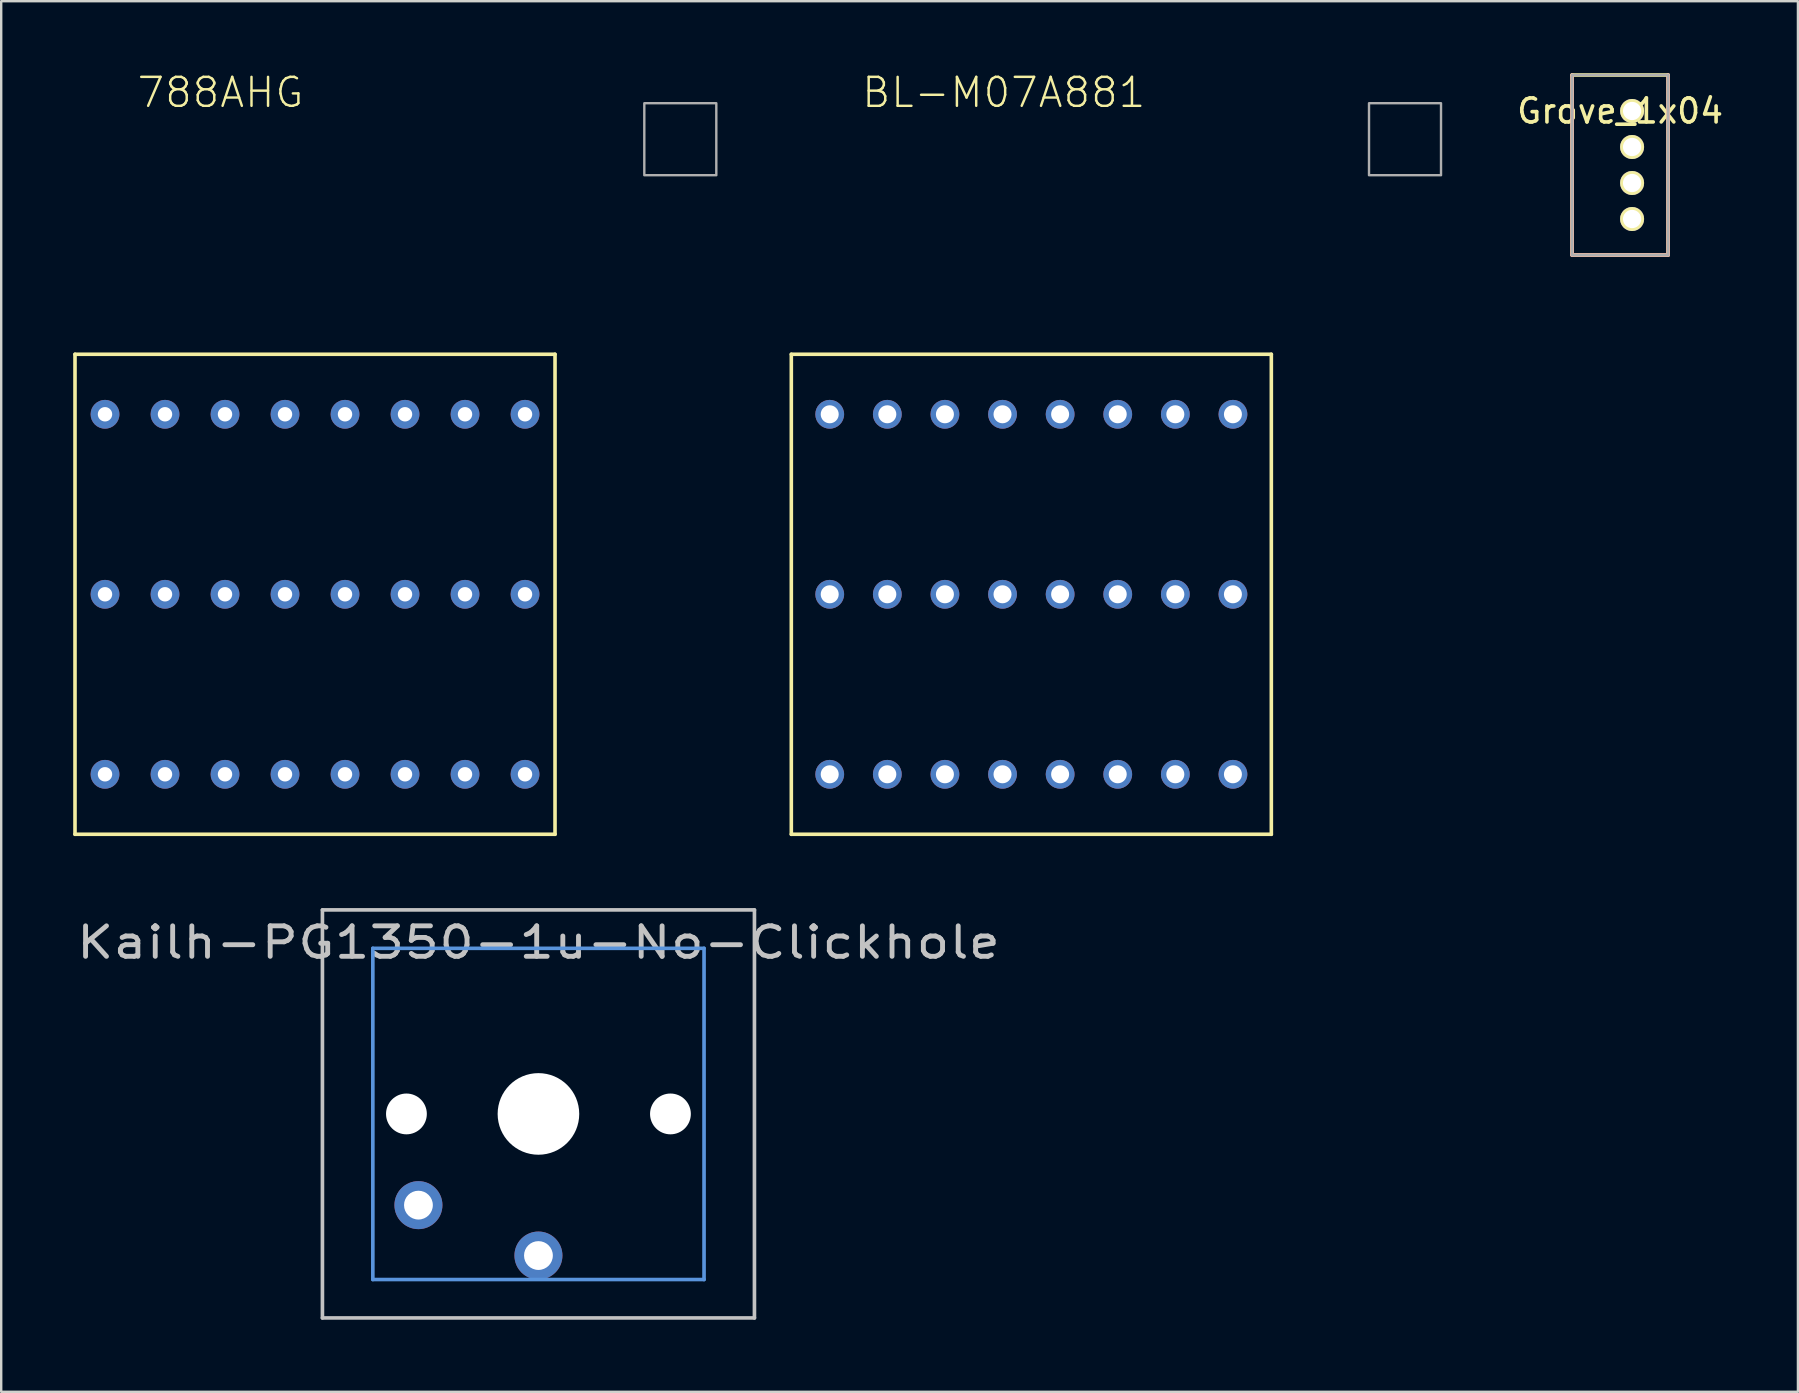
<source format=kicad_pcb>
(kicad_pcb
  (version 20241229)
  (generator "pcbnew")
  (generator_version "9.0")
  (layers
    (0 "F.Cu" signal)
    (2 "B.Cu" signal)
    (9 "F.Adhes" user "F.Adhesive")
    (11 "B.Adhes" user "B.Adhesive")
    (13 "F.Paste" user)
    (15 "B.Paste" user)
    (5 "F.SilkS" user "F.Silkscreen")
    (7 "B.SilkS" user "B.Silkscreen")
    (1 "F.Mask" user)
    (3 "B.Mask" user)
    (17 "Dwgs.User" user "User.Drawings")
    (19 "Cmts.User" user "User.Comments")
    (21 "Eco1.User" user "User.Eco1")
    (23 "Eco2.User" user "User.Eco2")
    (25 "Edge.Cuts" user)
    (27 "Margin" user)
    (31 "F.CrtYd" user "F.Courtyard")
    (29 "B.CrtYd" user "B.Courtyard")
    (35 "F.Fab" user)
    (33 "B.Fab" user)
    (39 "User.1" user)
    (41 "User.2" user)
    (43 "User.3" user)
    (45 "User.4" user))
  (footprint "Grove_1x04"
    (layer "F.Cu")
    (at 64.951 1.575)
    (property "Reference" "Grove_1x04" (at -0.5 0 0) (layer "F.SilkS") (effects (font (size 1 1) (thickness 0.15))))
    (attr through_hole)
    (fp_line (start -2.5 -1.5) (end 1.5 -1.5) (stroke (width 0.15) (type solid)) (layer "F.SilkS"))
    (fp_line (start -2.5 6) (end -2.5 -1.5) (stroke (width 0.15) (type solid)) (layer "F.SilkS"))
    (fp_line (start 1.5 -1.5) (end 1.5 6) (stroke (width 0.15) (type solid)) (layer "F.SilkS"))
    (fp_line (start 1.5 6) (end -2.5 6) (stroke (width 0.15) (type solid)) (layer "F.SilkS"))
    (fp_line (start -2.5 6) (end -2.5 -1.5) (stroke (width 0.15) (type solid)) (layer "B.SilkS"))
    (fp_line (start 1.5 -1.5) (end 1.5 6) (stroke (width 0.15) (type solid)) (layer "B.SilkS"))
    (fp_line (start 1.5 6) (end -2.5 6) (stroke (width 0.15) (type solid)) (layer "B.SilkS"))
    (fp_line (start -2.5 -1.5) (end 1.5 -1.5) (stroke (width 0.1) (type solid)) (layer "F.Fab"))
    (fp_line (start -2.5 6) (end -2.5 -1.5) (stroke (width 0.1) (type solid)) (layer "F.Fab"))
    (fp_line (start 1.5 -1.5) (end 1.5 6) (stroke (width 0.1) (type solid)) (layer "F.Fab"))
    (fp_line (start 1.5 6) (end -2.5 6) (stroke (width 0.1) (type solid)) (layer "F.Fab"))
    (pad "1" thru_hole circle (at 0 0) (size 1 1) (drill 0.762) (layers "*.Cu" "*.Mask" "F.SilkS"))
    (pad "2" thru_hole circle (at 0 1.5) (size 1 1) (drill 0.762) (layers "*.Cu" "*.Mask" "F.SilkS"))
    (pad "3" thru_hole circle (at 0 3) (size 1 1) (drill 0.762) (layers "*.Cu" "*.Mask" "F.SilkS"))
    (pad "4" thru_hole circle (at 0 4.5) (size 1 1) (drill 0.762) (layers "*.Cu" "*.Mask" "F.SilkS")))
  (footprint "BL-M07A881"
    (layer "F.Cu")
    (at 31.52 14.211)
    (property "Reference" "BL-M07A881" (at 1.27 -12.7 0) (layer "F.SilkS") (effects (font (size 1.206 1.206) (thickness 0.102)) (justify left bottom)))
    (attr through_hole)
    (fp_line (start -1.6 -2.5) (end 18.4 -2.5) (stroke (width 0.15) (type solid)) (layer "F.SilkS"))
    (fp_line (start -1.6 17.5) (end -1.6 -2.5) (stroke (width 0.15) (type solid)) (layer "F.SilkS"))
    (fp_line (start 18.4 -2.5) (end 18.4 17.5) (stroke (width 0.15) (type solid)) (layer "F.SilkS"))
    (fp_line (start 18.4 17.5) (end -1.6 17.5) (stroke (width 0.15) (type solid)) (layer "F.SilkS"))
    (fp_poly (pts (xy 22.47 -9.96) (xy 25.47 -9.96) (xy 25.47 -12.96) (xy 22.47 -12.96)) (stroke (width 0.1) (type solid)) (fill no) (layer "F.Fab"))
    (pad "1" thru_hole circle (at 0 0 180) (size 1.2 1.2) (drill 0.75) (layers "*.Cu" "*.Mask"))
    (pad "2" thru_hole circle (at 2.4 0 180) (size 1.2 1.2) (drill 0.75) (layers "*.Cu" "*.Mask"))
    (pad "3" thru_hole circle (at 4.8 0 180) (size 1.2 1.2) (drill 0.75) (layers "*.Cu" "*.Mask"))
    (pad "4" thru_hole circle (at 7.2 0 180) (size 1.2 1.2) (drill 0.75) (layers "*.Cu" "*.Mask"))
    (pad "5" thru_hole circle (at 9.6 0 180) (size 1.2 1.2) (drill 0.75) (layers "*.Cu" "*.Mask"))
    (pad "6" thru_hole circle (at 12 0 180) (size 1.2 1.2) (drill 0.75) (layers "*.Cu" "*.Mask"))
    (pad "7" thru_hole circle (at 14.4 0 180) (size 1.2 1.2) (drill 0.75) (layers "*.Cu" "*.Mask"))
    (pad "8" thru_hole circle (at 16.8 0 180) (size 1.2 1.2) (drill 0.75) (layers "*.Cu" "*.Mask"))
    (pad "9" thru_hole circle (at 0 7.5 180) (size 1.2 1.2) (drill 0.75) (layers "*.Cu" "*.Mask"))
    (pad "10" thru_hole circle (at 2.4 7.5 180) (size 1.2 1.2) (drill 0.75) (layers "*.Cu" "*.Mask"))
    (pad "11" thru_hole circle (at 4.8 7.5 180) (size 1.2 1.2) (drill 0.75) (layers "*.Cu" "*.Mask"))
    (pad "12" thru_hole circle (at 7.2 7.5 180) (size 1.2 1.2) (drill 0.75) (layers "*.Cu" "*.Mask"))
    (pad "13" thru_hole circle (at 9.6 7.5 180) (size 1.2 1.2) (drill 0.75) (layers "*.Cu" "*.Mask"))
    (pad "14" thru_hole circle (at 12 7.5 180) (size 1.2 1.2) (drill 0.75) (layers "*.Cu" "*.Mask"))
    (pad "15" thru_hole circle (at 14.4 7.5 180) (size 1.2 1.2) (drill 0.75) (layers "*.Cu" "*.Mask"))
    (pad "16" thru_hole circle (at 16.8 7.5 180) (size 1.2 1.2) (drill 0.75) (layers "*.Cu" "*.Mask"))
    (pad "17" thru_hole circle (at 0 15 180) (size 1.2 1.2) (drill 0.75) (layers "*.Cu" "*.Mask"))
    (pad "18" thru_hole circle (at 2.4 15 180) (size 1.2 1.2) (drill 0.75) (layers "*.Cu" "*.Mask"))
    (pad "19" thru_hole circle (at 4.8 15 180) (size 1.2 1.2) (drill 0.75) (layers "*.Cu" "*.Mask"))
    (pad "20" thru_hole circle (at 7.2 15 180) (size 1.2 1.2) (drill 0.75) (layers "*.Cu" "*.Mask"))
    (pad "21" thru_hole circle (at 9.6 15 180) (size 1.2 1.2) (drill 0.75) (layers "*.Cu" "*.Mask"))
    (pad "22" thru_hole circle (at 12 15 180) (size 1.2 1.2) (drill 0.75) (layers "*.Cu" "*.Mask"))
    (pad "23" thru_hole circle (at 14.4 15 180) (size 1.2 1.2) (drill 0.75) (layers "*.Cu" "*.Mask"))
    (pad "24" thru_hole circle (at 16.8 15 180) (size 1.2 1.2) (drill 0.75) (layers "*.Cu" "*.Mask")))
  (footprint "Kailh-PG1350-1u-No-Clickhole"
    (layer "F.Cu")
    (at 19.384 43.362)
    (property "Reference" "Kailh-PG1350-1u-No-Clickhole" (at 0 -7.144 180) (layer "Dwgs.User") (effects (font (size 1.27 1.524) (thickness 0.203))))
    (attr through_hole)
    (fp_line (start -9 -8.5) (end 9 -8.5) (stroke (width 0.152) (type solid)) (layer "Dwgs.User"))
    (fp_line (start -9 8.5) (end -9 -8.5) (stroke (width 0.152) (type solid)) (layer "Dwgs.User"))
    (fp_line (start 9 -8.5) (end 9 8.5) (stroke (width 0.152) (type solid)) (layer "Dwgs.User"))
    (fp_line (start 9 8.5) (end -9 8.5) (stroke (width 0.152) (type solid)) (layer "Dwgs.User"))
    (fp_line (start -6.9 -6.9) (end 6.9 -6.9) (stroke (width 0.152) (type solid)) (layer "Cmts.User"))
    (fp_line (start -6.9 6.9) (end -6.9 -6.9) (stroke (width 0.152) (type solid)) (layer "Cmts.User"))
    (fp_line (start 6.9 -6.9) (end 6.9 6.9) (stroke (width 0.152) (type solid)) (layer "Cmts.User"))
    (fp_line (start 6.9 6.9) (end -6.9 6.9) (stroke (width 0.152) (type solid)) (layer "Cmts.User"))
    (fp_line (start -7.5 -7.5) (end 7.5 -7.5) (stroke (width 0.152) (type solid)) (layer "Eco2.User"))
    (fp_line (start -7.5 7.5) (end -7.5 -7.5) (stroke (width 0.152) (type solid)) (layer "Eco2.User"))
    (fp_line (start 7.5 -7.5) (end 7.5 7.5) (stroke (width 0.152) (type solid)) (layer "Eco2.User"))
    (fp_line (start 7.5 7.5) (end -7.5 7.5) (stroke (width 0.152) (type solid)) (layer "Eco2.User"))
    (pad "" np_thru_hole circle (at -5.5 0 180) (size 1.7 1.7) (drill 1.7) (layers "*.Cu"))
    (pad "" np_thru_hole circle (at 0 0 180) (size 3.4 3.4) (drill 3.4) (layers "*.Cu"))
    (pad "" np_thru_hole circle (at 5.5 0 180) (size 1.7 1.7) (drill 1.7) (layers "*.Cu"))
    (pad "1" thru_hole circle (at 0 5.9 180) (size 2 2) (drill 1.2) (layers "*.Cu" "*.Mask"))
    (pad "2" thru_hole circle (at -5 3.8 41.9) (size 2 2) (drill 1.2) (layers "*.Cu" "*.Mask")))
  (footprint "788AHG"
    (layer "F.Cu")
    (at 1.325 14.211)
    (property "Reference" "788AHG" (at 1.27 -12.7 0) (layer "F.SilkS") (effects (font (size 1.206 1.206) (thickness 0.102)) (justify left bottom)))
    (attr through_hole)
    (fp_line (start -1.25 -2.5) (end 18.75 -2.5) (stroke (width 0.15) (type solid)) (layer "F.SilkS"))
    (fp_line (start -1.25 17.5) (end -1.25 -2.5) (stroke (width 0.15) (type solid)) (layer "F.SilkS"))
    (fp_line (start 18.75 -2.5) (end 18.75 17.5) (stroke (width 0.15) (type solid)) (layer "F.SilkS"))
    (fp_line (start 18.75 17.5) (end -1.25 17.5) (stroke (width 0.15) (type solid)) (layer "F.SilkS"))
    (fp_poly (pts (xy 22.47 -9.96) (xy 25.47 -9.96) (xy 25.47 -12.96) (xy 22.47 -12.96)) (stroke (width 0.1) (type solid)) (fill no) (layer "F.Fab"))
    (pad "1" thru_hole circle (at 0 0 180) (size 1.2 1.2) (drill 0.6) (layers "*.Cu" "*.Mask"))
    (pad "2" thru_hole circle (at 2.5 0 180) (size 1.2 1.2) (drill 0.6) (layers "*.Cu" "*.Mask"))
    (pad "3" thru_hole circle (at 5 0 180) (size 1.2 1.2) (drill 0.6) (layers "*.Cu" "*.Mask"))
    (pad "4" thru_hole circle (at 7.5 0 180) (size 1.2 1.2) (drill 0.6) (layers "*.Cu" "*.Mask"))
    (pad "5" thru_hole circle (at 10 0 180) (size 1.2 1.2) (drill 0.6) (layers "*.Cu" "*.Mask"))
    (pad "6" thru_hole circle (at 12.5 0 180) (size 1.2 1.2) (drill 0.6) (layers "*.Cu" "*.Mask"))
    (pad "7" thru_hole circle (at 15 0 180) (size 1.2 1.2) (drill 0.6) (layers "*.Cu" "*.Mask"))
    (pad "8" thru_hole circle (at 17.5 0 180) (size 1.2 1.2) (drill 0.6) (layers "*.Cu" "*.Mask"))
    (pad "9" thru_hole circle (at 0 7.5 180) (size 1.2 1.2) (drill 0.6) (layers "*.Cu" "*.Mask"))
    (pad "10" thru_hole circle (at 2.5 7.5 180) (size 1.2 1.2) (drill 0.6) (layers "*.Cu" "*.Mask"))
    (pad "11" thru_hole circle (at 5 7.5 180) (size 1.2 1.2) (drill 0.6) (layers "*.Cu" "*.Mask"))
    (pad "12" thru_hole circle (at 7.5 7.5 180) (size 1.2 1.2) (drill 0.6) (layers "*.Cu" "*.Mask"))
    (pad "13" thru_hole circle (at 10 7.5 180) (size 1.2 1.2) (drill 0.6) (layers "*.Cu" "*.Mask"))
    (pad "14" thru_hole circle (at 12.5 7.5 180) (size 1.2 1.2) (drill 0.6) (layers "*.Cu" "*.Mask"))
    (pad "15" thru_hole circle (at 15 7.5 180) (size 1.2 1.2) (drill 0.6) (layers "*.Cu" "*.Mask"))
    (pad "16" thru_hole circle (at 17.5 7.5 180) (size 1.2 1.2) (drill 0.6) (layers "*.Cu" "*.Mask"))
    (pad "17" thru_hole circle (at 0 15 180) (size 1.2 1.2) (drill 0.6) (layers "*.Cu" "*.Mask"))
    (pad "18" thru_hole circle (at 2.5 15 180) (size 1.2 1.2) (drill 0.6) (layers "*.Cu" "*.Mask"))
    (pad "19" thru_hole circle (at 5 15 180) (size 1.2 1.2) (drill 0.6) (layers "*.Cu" "*.Mask"))
    (pad "20" thru_hole circle (at 7.5 15 180) (size 1.2 1.2) (drill 0.6) (layers "*.Cu" "*.Mask"))
    (pad "21" thru_hole circle (at 10 15 180) (size 1.2 1.2) (drill 0.6) (layers "*.Cu" "*.Mask"))
    (pad "22" thru_hole circle (at 12.5 15 180) (size 1.2 1.2) (drill 0.6) (layers "*.Cu" "*.Mask"))
    (pad "23" thru_hole circle (at 15 15 180) (size 1.2 1.2) (drill 0.6) (layers "*.Cu" "*.Mask"))
    (pad "24" thru_hole circle (at 17.5 15 180) (size 1.2 1.2) (drill 0.6) (layers "*.Cu" "*.Mask")))
  (gr_rect
    (start -3 -3)
    (end 71.861 54.939)
    (stroke (width 0.1) (type default))
    (fill no)
    (layer "Edge.Cuts")))
</source>
